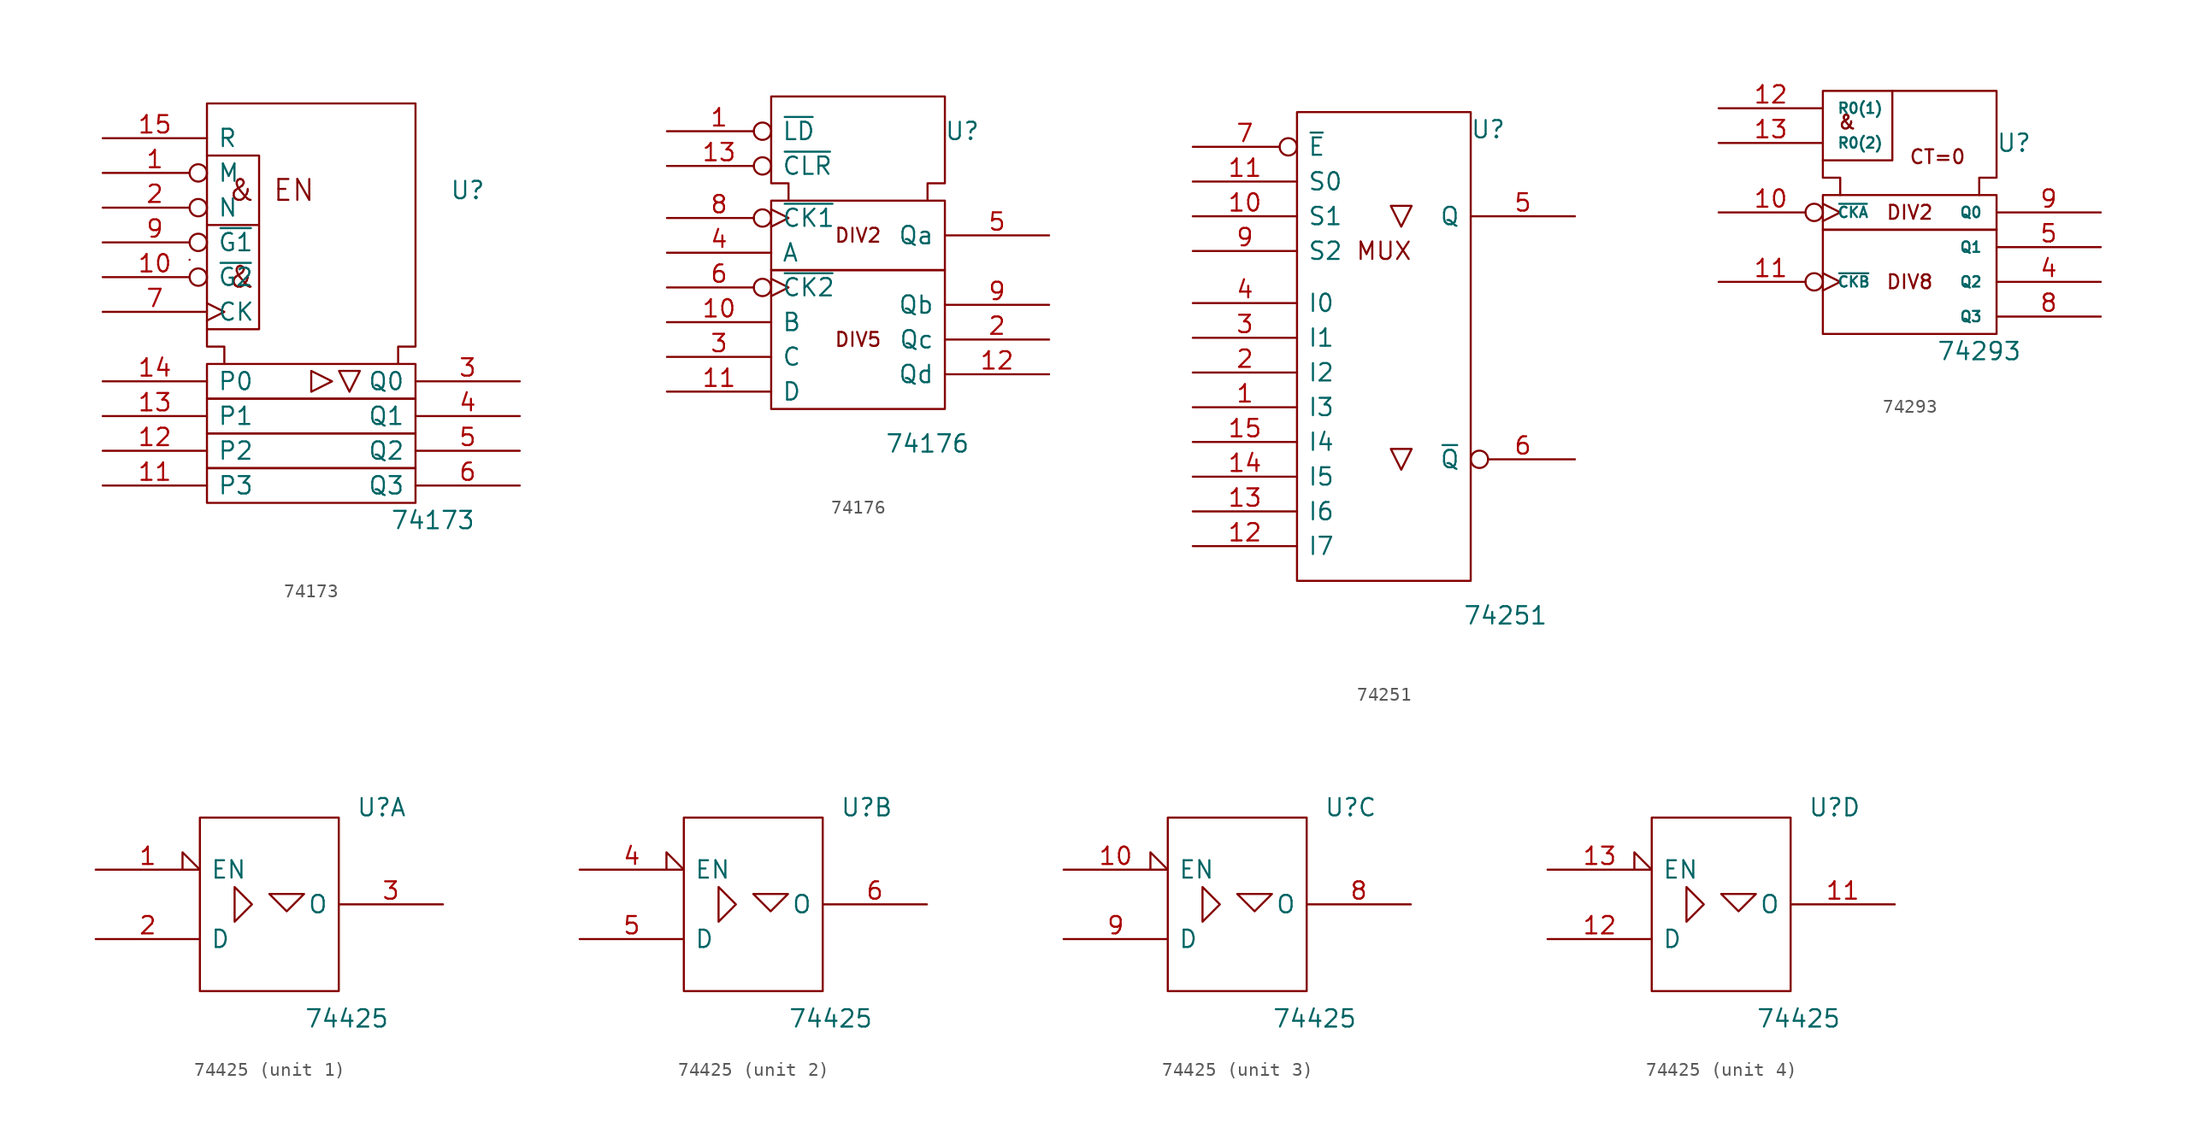
<source format=kicad_sym>
(kicad_symbol_lib
  (version 20211014)
  (generator kicad_symbol_editor)
  (symbol "74173"
    (pin_names
      (offset 0.762))
    (property "Reference" "U"
      (at 11.43 7.62 0)
      (effects (font (size 1.27 1.27))))
    (property "Value" "74173"
      (at 8.89 -16.51 0)
      (effects (font (size 1.27 1.27))))
    (symbol "74173_0_0"
      (polyline (pts (xy -8.89 2.54) (xy -8.89 2.54)) (stroke (width 0) (type default) (color 0 0 0 0)) (fill (type none)))
      (polyline (pts (xy 0 -5.588) (xy 0 -7.112) (xy 1.524 -6.35) (xy 0 -5.588) (xy 0 -5.588)) (stroke (width 0) (type default) (color 0 0 0 0)) (fill (type none)))
      (polyline (pts (xy 3.556 -5.588) (xy 2.032 -5.588) (xy 2.794 -7.112) (xy 3.556 -5.588) (xy 3.556 -5.588)) (stroke (width 0) (type default) (color 0 0 0 0)) (fill (type none)))
      (polyline (pts (xy -7.62 10.16) (xy -3.81 10.16) (xy -3.81 5.08) (xy -7.62 5.08) (xy -3.81 5.08) (xy -3.81 -2.54) (xy -7.62 -2.54) (xy -7.62 -2.54)) (stroke (width 0) (type default) (color 0 0 0 0)) (fill (type none)))
      (text "&" (at -5.08 1.27 0) (effects (font (size 1.524 1.524))))
      (text "&" (at -5.08 7.62 0) (effects (font (size 1.524 1.524))))
      (text "EN" (at -1.27 7.62 0) (effects (font (size 1.524 1.524))))
      (pin power_in line (at 5.08 13.97 270) (length 0) hide (name "VCC" (effects (font (size 1.27 1.27)))) (number "16" (effects (font (size 1.27 1.27)))))
      (pin power_in line (at 0 13.97 270) (length 0) hide (name "GND" (effects (font (size 1.27 1.27)))) (number "8" (effects (font (size 1.27 1.27))))))
    (symbol "74173_0_1"
      (rectangle (start -7.62 -12.7) (end 7.62 -15.24) (stroke (width 0) (type default) (color 0 0 0 0)) (fill (type none)))
      (rectangle (start -7.62 -10.16) (end 7.62 -12.7) (stroke (width 0) (type default) (color 0 0 0 0)) (fill (type none)))
      (rectangle (start -7.62 -7.62) (end 7.62 -10.16) (stroke (width 0) (type default) (color 0 0 0 0)) (fill (type none)))
      (rectangle (start -7.62 -5.08) (end 7.62 -7.62) (stroke (width 0) (type default) (color 0 0 0 0)) (fill (type none)))
      (polyline (pts (xy -6.35 -5.08) (xy -6.35 -3.81) (xy -7.62 -3.81) (xy -7.62 13.97) (xy 7.62 13.97) (xy 7.62 -3.81) (xy 6.35 -3.81) (xy 6.35 -5.08) (xy 6.35 -5.08)) (stroke (width 0) (type default) (color 0 0 0 0)) (fill (type none))))
    (symbol "74173_1_1"
      (pin input inverted (at -15.24 8.89 0) (length 7.62) (name "M" (effects (font (size 1.27 1.27)))) (number "1" (effects (font (size 1.27 1.27)))))
      (pin input inverted (at -15.24 1.27 0) (length 7.62) (name "~{G2}" (effects (font (size 1.27 1.27)))) (number "10" (effects (font (size 1.27 1.27)))))
      (pin input line (at -15.24 -13.97 0) (length 7.62) (name "P3" (effects (font (size 1.27 1.27)))) (number "11" (effects (font (size 1.27 1.27)))))
      (pin input line (at -15.24 -11.43 0) (length 7.62) (name "P2" (effects (font (size 1.27 1.27)))) (number "12" (effects (font (size 1.27 1.27)))))
      (pin input line (at -15.24 -8.89 0) (length 7.62) (name "P1" (effects (font (size 1.27 1.27)))) (number "13" (effects (font (size 1.27 1.27)))))
      (pin input line (at -15.24 -6.35 0) (length 7.62) (name "P0" (effects (font (size 1.27 1.27)))) (number "14" (effects (font (size 1.27 1.27)))))
      (pin input line (at -15.24 11.43 0) (length 7.62) (name "R" (effects (font (size 1.27 1.27)))) (number "15" (effects (font (size 1.27 1.27)))))
      (pin input inverted (at -15.24 6.35 0) (length 7.62) (name "N" (effects (font (size 1.27 1.27)))) (number "2" (effects (font (size 1.27 1.27)))))
      (pin output line (at 15.24 -6.35 180) (length 7.62) (name "Q0" (effects (font (size 1.27 1.27)))) (number "3" (effects (font (size 1.27 1.27)))))
      (pin output line (at 15.24 -8.89 180) (length 7.62) (name "Q1" (effects (font (size 1.27 1.27)))) (number "4" (effects (font (size 1.27 1.27)))))
      (pin output line (at 15.24 -11.43 180) (length 7.62) (name "Q2" (effects (font (size 1.27 1.27)))) (number "5" (effects (font (size 1.27 1.27)))))
      (pin output line (at 15.24 -13.97 180) (length 7.62) (name "Q3" (effects (font (size 1.27 1.27)))) (number "6" (effects (font (size 1.27 1.27)))))
      (pin input clock (at -15.24 -1.27 0) (length 7.62) (name "CK" (effects (font (size 1.27 1.27)))) (number "7" (effects (font (size 1.27 1.27)))))
      (pin input inverted (at -15.24 3.81 0) (length 7.62) (name "~{G1}" (effects (font (size 1.27 1.27)))) (number "9" (effects (font (size 1.27 1.27)))))))
  (symbol "74176"
    (pin_names
      (offset 0.762))
    (property "Reference" "U"
      (at 7.62 6.35 0)
      (effects (font (size 1.27 1.27))))
    (property "Value" "74176"
      (at 5.08 -16.51 0)
      (effects (font (size 1.27 1.27))))
    (symbol "74176_0_0"
      (polyline (pts (xy -5.08 1.27) (xy -5.08 2.54) (xy -6.35 2.54) (xy -6.35 8.89) (xy 6.35 8.89) (xy 6.35 2.54) (xy 5.08 2.54) (xy 5.08 1.27) (xy 5.08 1.27)) (stroke (width 0) (type default) (color 0 0 0 0)) (fill (type none)))
      (text "DIV2" (at 0 -1.27 0) (effects (font (size 1.016 1.016))))
      (text "DIV5" (at 0 -8.89 0) (effects (font (size 1.016 1.016)))))
    (symbol "74176_0_1"
      (rectangle (start -6.35 -3.81) (end 6.35 -13.97) (stroke (width 0) (type default) (color 0 0 0 0)) (fill (type none)))
      (rectangle (start -6.35 1.27) (end 6.35 -3.81) (stroke (width 0) (type default) (color 0 0 0 0)) (fill (type none)))
      (pin power_in line (at 3.81 8.89 270) (length 0) hide (name "Vcc" (effects (font (size 1.27 1.27)))) (number "14" (effects (font (size 1.27 1.27)))))
      (pin power_in line (at 0 8.89 270) (length 0) hide (name "Gnd" (effects (font (size 1.27 1.27)))) (number "7" (effects (font (size 1.27 1.27))))))
    (symbol "74176_1_1"
      (pin input inverted (at -13.97 6.35 0) (length 7.62) (name "~{LD}" (effects (font (size 1.27 1.27)))) (number "1" (effects (font (size 1.27 1.27)))))
      (pin input line (at -13.97 -7.62 0) (length 7.62) (name "B" (effects (font (size 1.27 1.27)))) (number "10" (effects (font (size 1.27 1.27)))))
      (pin input line (at -13.97 -12.7 0) (length 7.62) (name "D" (effects (font (size 1.27 1.27)))) (number "11" (effects (font (size 1.27 1.27)))))
      (pin output line (at 13.97 -11.43 180) (length 7.62) (name "Qd" (effects (font (size 1.27 1.27)))) (number "12" (effects (font (size 1.27 1.27)))))
      (pin input inverted (at -13.97 3.81 0) (length 7.62) (name "~{CLR}" (effects (font (size 1.27 1.27)))) (number "13" (effects (font (size 1.27 1.27)))))
      (pin output line (at 13.97 -8.89 180) (length 7.62) (name "Qc" (effects (font (size 1.27 1.27)))) (number "2" (effects (font (size 1.27 1.27)))))
      (pin input line (at -13.97 -10.16 0) (length 7.62) (name "C" (effects (font (size 1.27 1.27)))) (number "3" (effects (font (size 1.27 1.27)))))
      (pin input line (at -13.97 -2.54 0) (length 7.62) (name "A" (effects (font (size 1.27 1.27)))) (number "4" (effects (font (size 1.27 1.27)))))
      (pin output line (at 13.97 -1.27 180) (length 7.62) (name "Qa" (effects (font (size 1.27 1.27)))) (number "5" (effects (font (size 1.27 1.27)))))
      (pin input inverted_clock (at -13.97 -5.08 0) (length 7.62) (name "~{CK2}" (effects (font (size 1.27 1.27)))) (number "6" (effects (font (size 1.27 1.27)))))
      (pin input inverted_clock (at -13.97 0 0) (length 7.62) (name "~{CK1}" (effects (font (size 1.27 1.27)))) (number "8" (effects (font (size 1.27 1.27)))))
      (pin output line (at 13.97 -6.35 180) (length 7.62) (name "Qb" (effects (font (size 1.27 1.27)))) (number "9" (effects (font (size 1.27 1.27)))))))
  (symbol "74251"
    (pin_names
      (offset 0.762))
    (property "Reference" "U"
      (at 7.62 15.24 0)
      (effects (font (size 1.27 1.27))))
    (property "Value" "74251"
      (at 8.89 -20.32 0)
      (effects (font (size 1.27 1.27))))
    (symbol "74251_0_0"
      (rectangle (start -6.35 16.51) (end 6.35 -17.78) (stroke (width 0) (type default) (color 0 0 0 0)) (fill (type none)))
      (polyline (pts (xy 2.032 -8.128) (xy 0.508 -8.128) (xy 1.27 -9.652) (xy 2.032 -8.128) (xy 2.032 -8.128)) (stroke (width 0) (type default) (color 0 0 0 0)) (fill (type none)))
      (polyline (pts (xy 2.032 9.652) (xy 0.508 9.652) (xy 1.27 8.128) (xy 2.032 9.652) (xy 2.032 9.652)) (stroke (width 0) (type default) (color 0 0 0 0)) (fill (type none)))
      (text "MUX" (at 0 6.35 0) (effects (font (size 1.27 1.27))))
      (pin power_in line (at 0 16.51 270) (length 0) hide (name "VCC" (effects (font (size 1.27 1.27)))) (number "16" (effects (font (size 1.27 1.27)))))
      (pin power_in line (at 0 -17.78 90) (length 0) hide (name "GND" (effects (font (size 1.27 1.27)))) (number "8" (effects (font (size 1.27 1.27))))))
    (symbol "74251_1_1"
      (pin input line (at -13.97 -5.08 0) (length 7.62) (name "I3" (effects (font (size 1.27 1.27)))) (number "1" (effects (font (size 1.27 1.27)))))
      (pin input line (at -13.97 8.89 0) (length 7.62) (name "S1" (effects (font (size 1.27 1.27)))) (number "10" (effects (font (size 1.27 1.27)))))
      (pin input line (at -13.97 11.43 0) (length 7.62) (name "S0" (effects (font (size 1.27 1.27)))) (number "11" (effects (font (size 1.27 1.27)))))
      (pin input line (at -13.97 -15.24 0) (length 7.62) (name "I7" (effects (font (size 1.27 1.27)))) (number "12" (effects (font (size 1.27 1.27)))))
      (pin input line (at -13.97 -12.7 0) (length 7.62) (name "I6" (effects (font (size 1.27 1.27)))) (number "13" (effects (font (size 1.27 1.27)))))
      (pin input line (at -13.97 -10.16 0) (length 7.62) (name "I5" (effects (font (size 1.27 1.27)))) (number "14" (effects (font (size 1.27 1.27)))))
      (pin input line (at -13.97 -7.62 0) (length 7.62) (name "I4" (effects (font (size 1.27 1.27)))) (number "15" (effects (font (size 1.27 1.27)))))
      (pin input line (at -13.97 -2.54 0) (length 7.62) (name "I2" (effects (font (size 1.27 1.27)))) (number "2" (effects (font (size 1.27 1.27)))))
      (pin input line (at -13.97 0 0) (length 7.62) (name "I1" (effects (font (size 1.27 1.27)))) (number "3" (effects (font (size 1.27 1.27)))))
      (pin input line (at -13.97 2.54 0) (length 7.62) (name "I0" (effects (font (size 1.27 1.27)))) (number "4" (effects (font (size 1.27 1.27)))))
      (pin tri_state line (at 13.97 8.89 180) (length 7.62) (name "Q" (effects (font (size 1.27 1.27)))) (number "5" (effects (font (size 1.27 1.27)))))
      (pin tri_state inverted (at 13.97 -8.89 180) (length 7.62) (name "~{Q}" (effects (font (size 1.27 1.27)))) (number "6" (effects (font (size 1.27 1.27)))))
      (pin input inverted (at -13.97 13.97 0) (length 7.62) (name "~{E}" (effects (font (size 1.27 1.27)))) (number "7" (effects (font (size 1.27 1.27)))))
      (pin input line (at -13.97 6.35 0) (length 7.62) (name "S2" (effects (font (size 1.27 1.27)))) (number "9" (effects (font (size 1.27 1.27)))))))
  (symbol "74293"
    (pin_names
      (offset 1.016))
    (property "Reference" "U"
      (at 7.62 5.08 0)
      (effects (font (size 1.27 1.27))))
    (property "Value" "74293"
      (at 5.08 -10.16 0)
      (effects (font (size 1.27 1.27))))
    (symbol "74293_0_0"
      (rectangle (start -6.35 -1.27) (end 6.35 -8.89) (stroke (width 0) (type default) (color 0 0 0 0)) (fill (type none)))
      (rectangle (start -6.35 1.27) (end 6.35 -1.27) (stroke (width 0) (type default) (color 0 0 0 0)) (fill (type none)))
      (polyline (pts (xy -1.27 8.89) (xy -1.27 3.81) (xy -6.35 3.81) (xy -6.35 3.81)) (stroke (width 0) (type default) (color 0 0 0 0)) (fill (type none)))
      (polyline (pts (xy -5.08 1.27) (xy -5.08 2.54) (xy -6.35 2.54) (xy -6.35 8.89) (xy 6.35 8.89) (xy 6.35 2.54) (xy 5.08 2.54) (xy 5.08 1.27) (xy 5.08 1.27)) (stroke (width 0) (type default) (color 0 0 0 0)) (fill (type none)))
      (text "&" (at -4.572 6.604 0) (effects (font (size 1.016 1.016))))
      (text "CT=0" (at 2.032 4.064 0) (effects (font (size 1.016 1.016))))
      (text "DIV2" (at 0 0 0) (effects (font (size 1.016 1.016))))
      (text "DIV8" (at 0 -5.08 0) (effects (font (size 1.016 1.016))))
      (pin power_in line (at 5.08 8.89 270) (length 0) hide (name "VCC" (effects (font (size 0.762 0.762)))) (number "14" (effects (font (size 1.27 1.27)))))
      (pin input line (at 0 8.89 270) (length 0) hide (name "GND" (effects (font (size 0.762 0.762)))) (number "7" (effects (font (size 1.27 1.27))))))
    (symbol "74293_1_1"
      (pin input inverted_clock (at -13.97 0 0) (length 7.62) (name "~{CKA}" (effects (font (size 0.762 0.762)))) (number "10" (effects (font (size 1.27 1.27)))))
      (pin input inverted_clock (at -13.97 -5.08 0) (length 7.62) (name "~{CKB}" (effects (font (size 0.762 0.762)))) (number "11" (effects (font (size 1.27 1.27)))))
      (pin input line (at -13.97 7.62 0) (length 7.62) (name "R0(1)" (effects (font (size 0.762 0.762)))) (number "12" (effects (font (size 1.27 1.27)))))
      (pin input line (at -13.97 5.08 0) (length 7.62) (name "R0(2)" (effects (font (size 0.762 0.762)))) (number "13" (effects (font (size 1.27 1.27)))))
      (pin output line (at 13.97 -5.08 180) (length 7.62) (name "Q2" (effects (font (size 0.762 0.762)))) (number "4" (effects (font (size 1.27 1.27)))))
      (pin output line (at 13.97 -2.54 180) (length 7.62) (name "Q1" (effects (font (size 0.762 0.762)))) (number "5" (effects (font (size 1.27 1.27)))))
      (pin output line (at 13.97 -7.62 180) (length 7.62) (name "Q3" (effects (font (size 0.762 0.762)))) (number "8" (effects (font (size 1.27 1.27)))))
      (pin output line (at 13.97 0 180) (length 7.62) (name "Q0" (effects (font (size 0.762 0.762)))) (number "9" (effects (font (size 1.27 1.27)))))))
  (symbol "74425"
    (pin_names
      (offset 0.762))
    (property "Reference" "U"
      (at 6.35 6.35 0)
      (effects (font (size 1.27 1.27)) (justify left bottom)))
    (property "Value" "74425"
      (at 2.54 -7.62 0)
      (effects (font (size 1.27 1.27)) (justify left top)))
    (symbol "74425_0_1"
      (rectangle (start -5.08 6.35) (end 5.08 -6.35) (stroke (width 0) (type default) (color 0 0 0 0)) (fill (type none)))
      (polyline (pts (xy -2.54 1.27) (xy -2.54 -1.27) (xy -1.27 0) (xy -2.54 1.27) (xy -2.54 1.27)) (stroke (width 0) (type default) (color 0 0 0 0)) (fill (type none)))
      (polyline (pts (xy 0 0.762) (xy 2.54 0.762) (xy 1.27 -0.508) (xy 0 0.762) (xy 0 0.762)) (stroke (width 0) (type default) (color 0 0 0 0)) (fill (type none)))
      (pin power_in line (at 0 6.35 270) (length 0) hide (name "VCC" (effects (font (size 1.27 1.27)))) (number "14" (effects (font (size 1.27 1.27)))))
      (pin power_in line (at 0 -6.35 90) (length 0) hide (name "GND" (effects (font (size 1.27 1.27)))) (number "7" (effects (font (size 1.27 1.27))))))
    (symbol "74425_1_0"
      (pin input input_low (at -12.7 2.54 0) (length 7.62) (name "EN" (effects (font (size 1.27 1.27)))) (number "1" (effects (font (size 1.27 1.27))))))
    (symbol "74425_1_1"
      (pin input line (at -12.7 -2.54 0) (length 7.62) (name "D" (effects (font (size 1.27 1.27)))) (number "2" (effects (font (size 1.27 1.27)))))
      (pin tri_state line (at 12.7 0 180) (length 7.62) (name "O" (effects (font (size 1.27 1.27)))) (number "3" (effects (font (size 1.27 1.27))))))
    (symbol "74425_2_0"
      (pin input input_low (at -12.7 2.54 0) (length 7.62) (name "EN" (effects (font (size 1.27 1.27)))) (number "4" (effects (font (size 1.27 1.27))))))
    (symbol "74425_2_1"
      (pin input line (at -12.7 -2.54 0) (length 7.62) (name "D" (effects (font (size 1.27 1.27)))) (number "5" (effects (font (size 1.27 1.27)))))
      (pin tri_state line (at 12.7 0 180) (length 7.62) (name "O" (effects (font (size 1.27 1.27)))) (number "6" (effects (font (size 1.27 1.27))))))
    (symbol "74425_3_0"
      (pin input input_low (at -12.7 2.54 0) (length 7.62) (name "EN" (effects (font (size 1.27 1.27)))) (number "10" (effects (font (size 1.27 1.27))))))
    (symbol "74425_3_1"
      (pin tri_state line (at 12.7 0 180) (length 7.62) (name "O" (effects (font (size 1.27 1.27)))) (number "8" (effects (font (size 1.27 1.27)))))
      (pin input line (at -12.7 -2.54 0) (length 7.62) (name "D" (effects (font (size 1.27 1.27)))) (number "9" (effects (font (size 1.27 1.27))))))
    (symbol "74425_4_0"
      (pin input input_low (at -12.7 2.54 0) (length 7.62) (name "EN" (effects (font (size 1.27 1.27)))) (number "13" (effects (font (size 1.27 1.27))))))
    (symbol "74425_4_1"
      (pin tri_state line (at 12.7 0 180) (length 7.62) (name "O" (effects (font (size 1.27 1.27)))) (number "11" (effects (font (size 1.27 1.27)))))
      (pin input line (at -12.7 -2.54 0) (length 7.62) (name "D" (effects (font (size 1.27 1.27)))) (number "12" (effects (font (size 1.27 1.27))))))))
</source>
